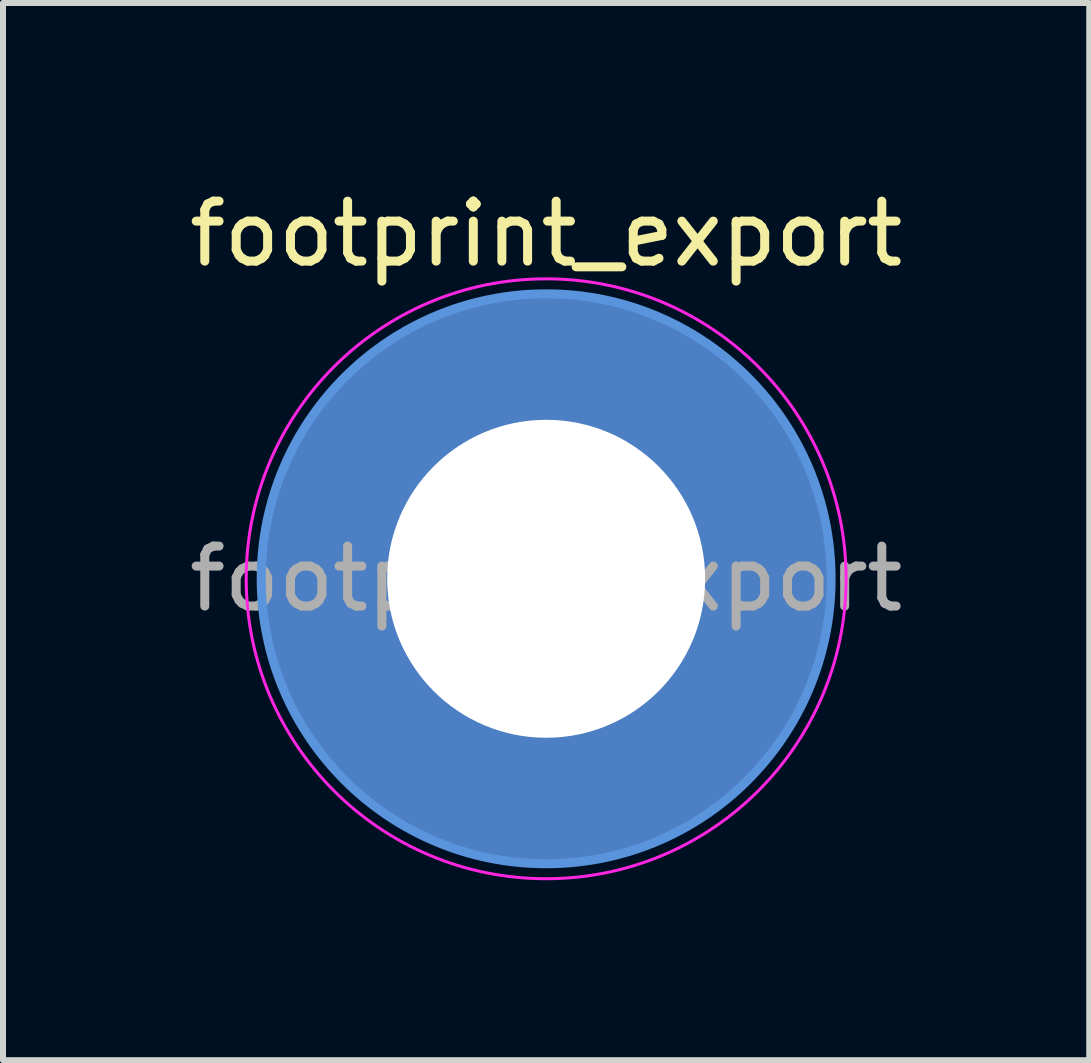
<source format=kicad_pcb>
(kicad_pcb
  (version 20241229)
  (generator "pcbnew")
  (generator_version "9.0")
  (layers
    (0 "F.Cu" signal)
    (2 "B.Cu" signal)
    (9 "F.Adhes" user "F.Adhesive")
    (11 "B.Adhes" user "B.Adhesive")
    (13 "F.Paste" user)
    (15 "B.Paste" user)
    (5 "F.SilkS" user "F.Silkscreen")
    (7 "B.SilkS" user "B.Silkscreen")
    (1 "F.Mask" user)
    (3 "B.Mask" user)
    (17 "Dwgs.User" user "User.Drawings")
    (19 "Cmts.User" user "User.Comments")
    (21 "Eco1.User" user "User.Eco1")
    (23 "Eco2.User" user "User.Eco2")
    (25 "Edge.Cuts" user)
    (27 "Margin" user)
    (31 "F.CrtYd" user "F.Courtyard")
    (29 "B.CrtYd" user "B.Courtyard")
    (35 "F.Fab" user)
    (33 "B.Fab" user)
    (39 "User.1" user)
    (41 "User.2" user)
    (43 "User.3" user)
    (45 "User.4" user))
  (footprint "footprint_export"
    (layer "F.Cu")
    (at 6.054 6.598)
    (property "Reference" "footprint_export" (at 0 -5.75 0) (layer "F.SilkS") (effects (font (size 1 1) (thickness 0.15))))
    (attr exclude_from_pos_files exclude_from_bom)
    (fp_circle (center 0 0) (end 4.75 0) (stroke (width 0.15) (type solid)) (fill no) (layer "Cmts.User"))
    (fp_circle (center 0 0) (end 5 0) (stroke (width 0.05) (type solid)) (fill no) (layer "F.CrtYd"))
    (fp_text user "${REFERENCE}" (at 0 0 0) (layer "F.Fab") (effects (font (size 1 1) (thickness 0.15))))
    (pad "1" thru_hole circle (at 0 0) (size 9.5 9.5) (drill 5.3) (layers "*.Cu" "*.Mask")))
  (gr_rect
    (start -3 -3)
    (end 15.107 14.623)
    (stroke (width 0.1) (type default))
    (fill no)
    (layer "Edge.Cuts")))
</source>
